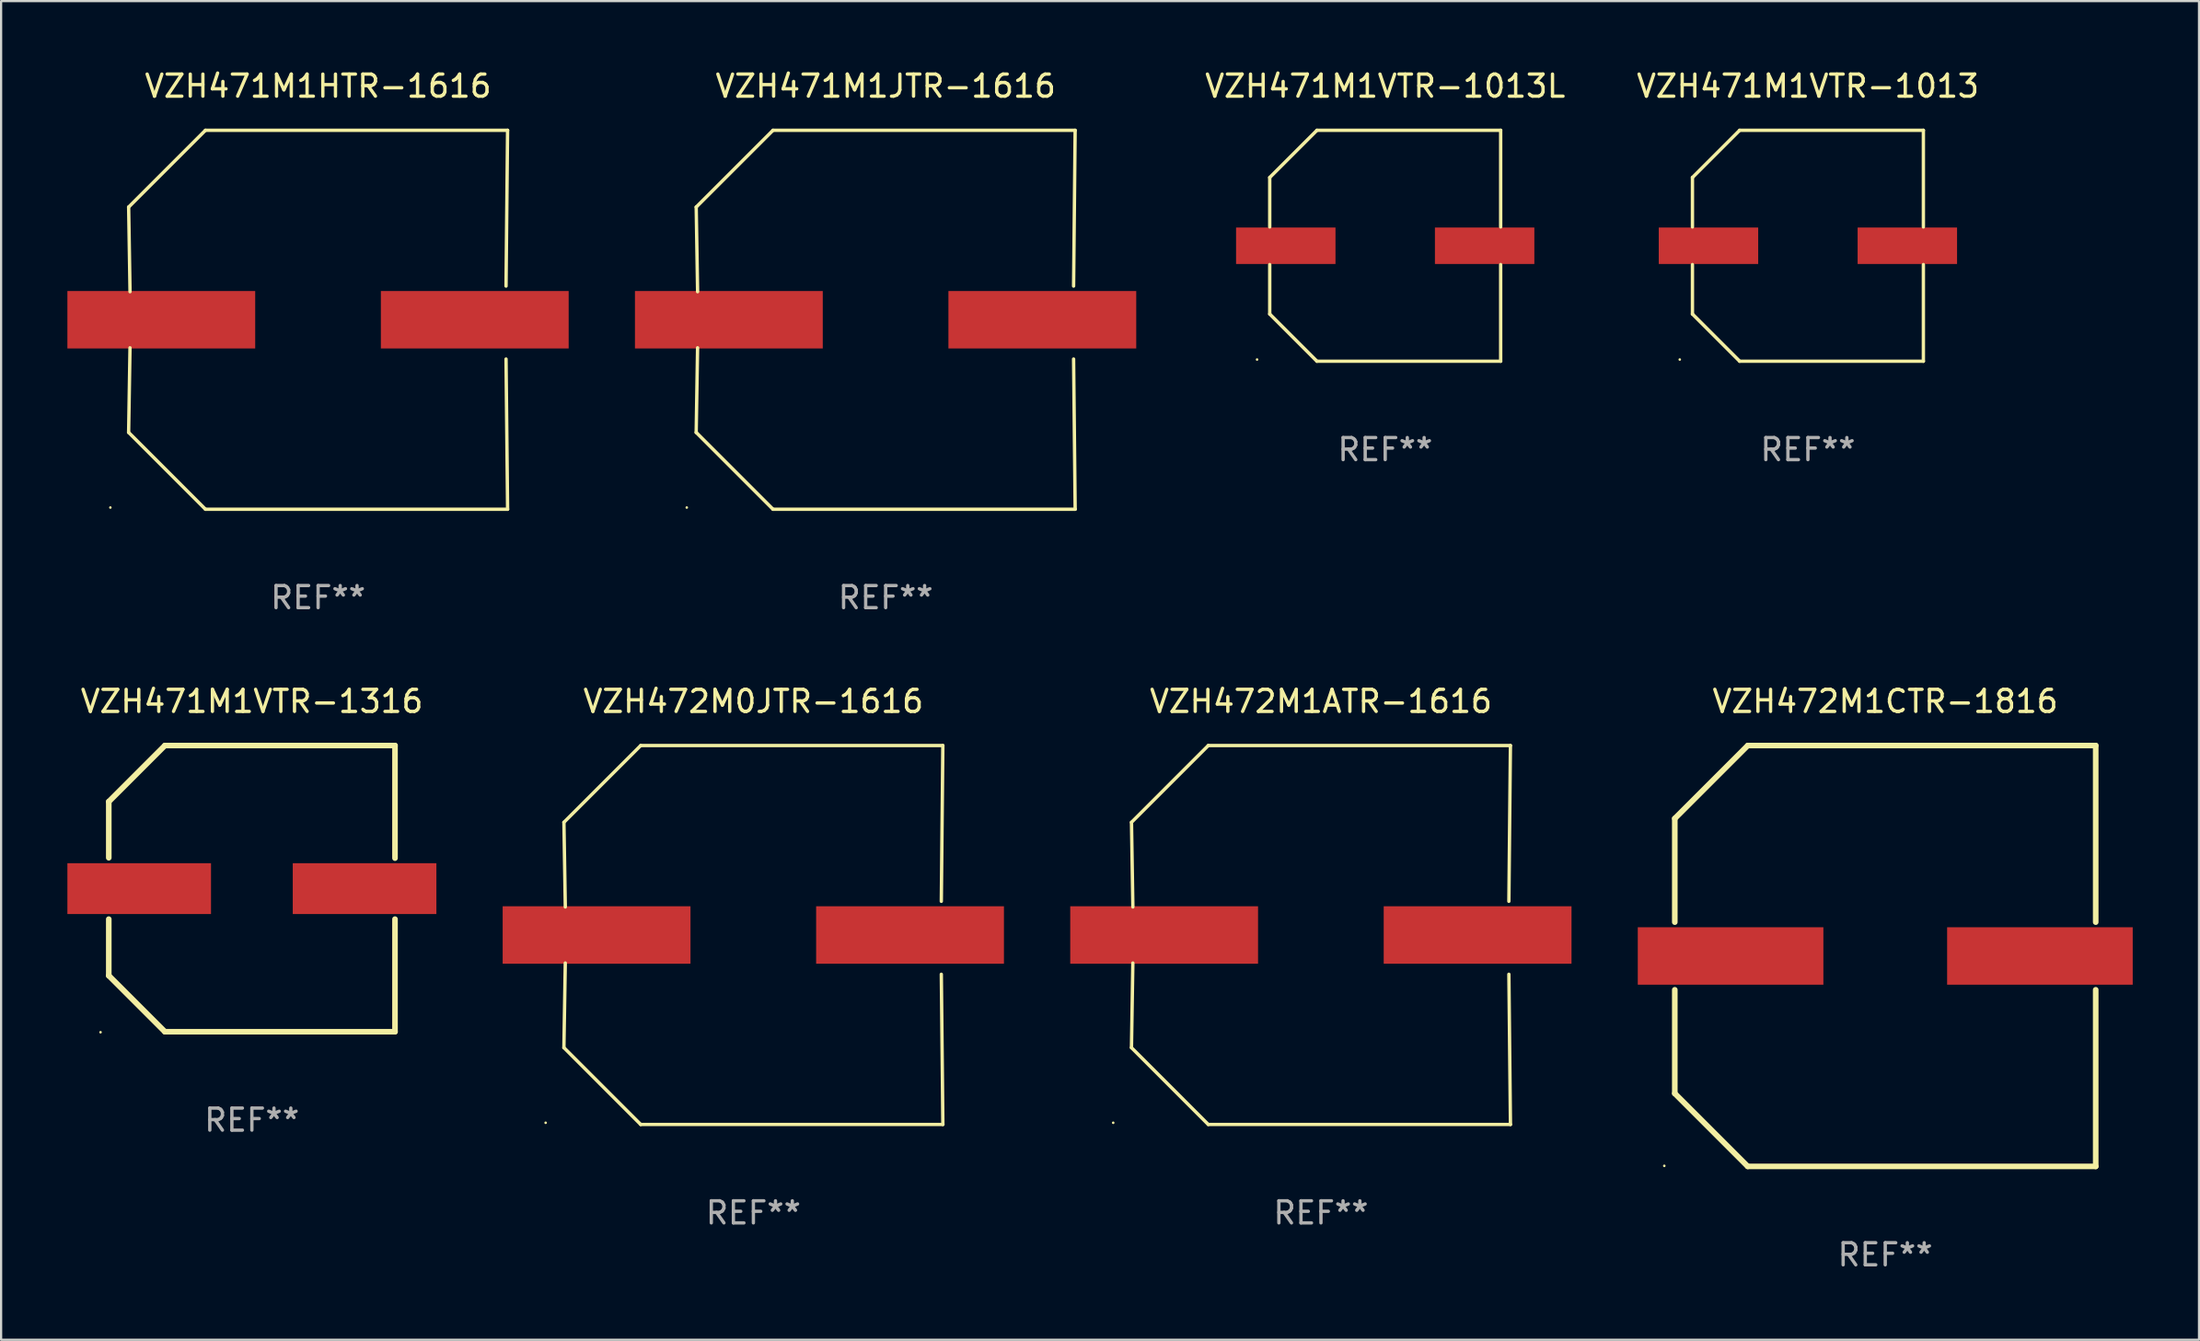
<source format=kicad_pcb>
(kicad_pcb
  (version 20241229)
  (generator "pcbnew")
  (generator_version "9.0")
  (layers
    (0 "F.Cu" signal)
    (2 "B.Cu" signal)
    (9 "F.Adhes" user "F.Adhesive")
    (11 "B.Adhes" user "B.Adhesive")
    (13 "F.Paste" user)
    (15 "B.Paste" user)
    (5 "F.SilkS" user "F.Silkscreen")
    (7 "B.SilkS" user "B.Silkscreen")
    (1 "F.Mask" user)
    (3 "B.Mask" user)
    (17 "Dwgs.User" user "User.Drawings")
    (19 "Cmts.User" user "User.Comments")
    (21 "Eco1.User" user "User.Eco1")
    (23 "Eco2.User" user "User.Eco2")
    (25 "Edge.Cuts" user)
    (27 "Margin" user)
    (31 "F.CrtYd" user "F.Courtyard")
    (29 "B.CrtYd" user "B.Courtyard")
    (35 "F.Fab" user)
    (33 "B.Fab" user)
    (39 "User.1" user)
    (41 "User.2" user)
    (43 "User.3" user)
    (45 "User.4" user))
  (footprint "VZH472M0JTR-1616"
    (layer "F.Cu")
    (at 31.047 39.272)
    (property "Reference" "VZH472M0JTR-1616" (at 0 -10.576 0) (layer "F.SilkS") (effects (font (size 1 1) (thickness 0.15))))
    (attr through_hole)
    (fp_line (start -8.576 5.099) (end -8.513 1.269) (stroke (width 0.152) (type solid)) (layer "F.SilkS"))
    (fp_line (start -8.575 -5.101) (end -8.512 -1.271) (stroke (width 0.152) (type solid)) (layer "F.SilkS"))
    (fp_line (start -5.1 -8.576) (end -8.575 -5.101) (stroke (width 0.152) (type solid)) (layer "F.SilkS"))
    (fp_line (start -5.1 8.576) (end -8.576 5.099) (stroke (width 0.152) (type solid)) (layer "F.SilkS"))
    (fp_line (start 8.505 -1.525) (end 8.575 -8.576) (stroke (width 0.152) (type solid)) (layer "F.SilkS"))
    (fp_line (start 8.505 1.777) (end 8.576 8.576) (stroke (width 0.152) (type solid)) (layer "F.SilkS"))
    (fp_line (start 8.575 -8.576) (end -5.1 -8.576) (stroke (width 0.152) (type solid)) (layer "F.SilkS"))
    (fp_line (start 8.576 8.576) (end -5.1 8.576) (stroke (width 0.152) (type solid)) (layer "F.SilkS"))
    (fp_circle (center -9.402 8.499) (end -9.372 8.499) (stroke (width 0.06) (type solid)) (fill no) (layer "F.SilkS"))
    (fp_text user "REF**" (at 0 12.576 0) (layer "F.Fab") (effects (font (size 1 1) (thickness 0.15))))
    (pad "1" smd rect (at -7.097 -0.001) (size 8.5 2.6) (layers "F.Cu" "F.Mask" "F.Paste"))
    (pad "2" smd rect (at 7.09 -0.001) (size 8.5 2.6) (layers "F.Cu" "F.Mask" "F.Paste")))
  (footprint "VZH472M1ATR-1616"
    (layer "F.Cu")
    (at 56.734 39.272)
    (property "Reference" "VZH472M1ATR-1616" (at 0 -10.576 0) (layer "F.SilkS") (effects (font (size 1 1) (thickness 0.15))))
    (attr through_hole)
    (fp_line (start -8.576 5.099) (end -8.513 1.269) (stroke (width 0.152) (type solid)) (layer "F.SilkS"))
    (fp_line (start -8.575 -5.101) (end -8.512 -1.271) (stroke (width 0.152) (type solid)) (layer "F.SilkS"))
    (fp_line (start -5.1 -8.576) (end -8.575 -5.101) (stroke (width 0.152) (type solid)) (layer "F.SilkS"))
    (fp_line (start -5.1 8.576) (end -8.576 5.099) (stroke (width 0.152) (type solid)) (layer "F.SilkS"))
    (fp_line (start 8.505 -1.525) (end 8.575 -8.576) (stroke (width 0.152) (type solid)) (layer "F.SilkS"))
    (fp_line (start 8.505 1.777) (end 8.576 8.576) (stroke (width 0.152) (type solid)) (layer "F.SilkS"))
    (fp_line (start 8.575 -8.576) (end -5.1 -8.576) (stroke (width 0.152) (type solid)) (layer "F.SilkS"))
    (fp_line (start 8.576 8.576) (end -5.1 8.576) (stroke (width 0.152) (type solid)) (layer "F.SilkS"))
    (fp_circle (center -9.402 8.499) (end -9.372 8.499) (stroke (width 0.06) (type solid)) (fill no) (layer "F.SilkS"))
    (fp_text user "REF**" (at 0 12.576 0) (layer "F.Fab") (effects (font (size 1 1) (thickness 0.15))))
    (pad "1" smd rect (at -7.097 -0.001) (size 8.5 2.6) (layers "F.Cu" "F.Mask" "F.Paste"))
    (pad "2" smd rect (at 7.09 -0.001) (size 8.5 2.6) (layers "F.Cu" "F.Mask" "F.Paste")))
  (footprint "VZH472M1CTR-1816"
    (layer "F.Cu")
    (at 82.273 40.221)
    (property "Reference" "VZH472M1CTR-1816" (at 0 -11.525 0) (layer "F.SilkS") (effects (font (size 1 1) (thickness 0.15))))
    (attr through_hole)
    (fp_line (start -9.525 -6.223) (end -9.525 -1.531) (stroke (width 0.254) (type solid)) (layer "F.SilkS"))
    (fp_line (start -9.525 1.531) (end -9.525 6.223) (stroke (width 0.254) (type solid)) (layer "F.SilkS"))
    (fp_line (start -9.525 6.223) (end -6.223 9.525) (stroke (width 0.254) (type solid)) (layer "F.SilkS"))
    (fp_line (start -6.223 -9.525) (end -9.525 -6.223) (stroke (width 0.254) (type solid)) (layer "F.SilkS"))
    (fp_line (start -6.223 9.525) (end 9.525 9.525) (stroke (width 0.254) (type solid)) (layer "F.SilkS"))
    (fp_line (start 9.525 -9.525) (end -6.223 -9.525) (stroke (width 0.254) (type solid)) (layer "F.SilkS"))
    (fp_line (start 9.525 -1.531) (end 9.525 -9.525) (stroke (width 0.254) (type solid)) (layer "F.SilkS"))
    (fp_line (start 9.525 9.525) (end 9.525 1.531) (stroke (width 0.254) (type solid)) (layer "F.SilkS"))
    (fp_circle (center -10 9.5) (end -9.97 9.5) (stroke (width 0.06) (type solid)) (fill no) (layer "F.SilkS"))
    (fp_text user "REF**" (at 0 13.525 0) (layer "F.Fab") (effects (font (size 1 1) (thickness 0.15))))
    (pad "1" smd rect (at -7 0) (size 8.4 2.6) (layers "F.Cu" "F.Mask" "F.Paste"))
    (pad "2" smd rect (at 7 0) (size 8.4 2.6) (layers "F.Cu" "F.Mask" "F.Paste")))
  (footprint "VZH471M1JTR-1616"
    (layer "F.Cu")
    (at 37.034 11.424)
    (property "Reference" "VZH471M1JTR-1616" (at 0 -10.576 0) (layer "F.SilkS") (effects (font (size 1 1) (thickness 0.15))))
    (attr through_hole)
    (fp_line (start -8.576 5.099) (end -8.513 1.269) (stroke (width 0.152) (type solid)) (layer "F.SilkS"))
    (fp_line (start -8.575 -5.101) (end -8.512 -1.271) (stroke (width 0.152) (type solid)) (layer "F.SilkS"))
    (fp_line (start -5.1 -8.576) (end -8.575 -5.101) (stroke (width 0.152) (type solid)) (layer "F.SilkS"))
    (fp_line (start -5.1 8.576) (end -8.576 5.099) (stroke (width 0.152) (type solid)) (layer "F.SilkS"))
    (fp_line (start 8.505 -1.525) (end 8.575 -8.576) (stroke (width 0.152) (type solid)) (layer "F.SilkS"))
    (fp_line (start 8.505 1.777) (end 8.576 8.576) (stroke (width 0.152) (type solid)) (layer "F.SilkS"))
    (fp_line (start 8.575 -8.576) (end -5.1 -8.576) (stroke (width 0.152) (type solid)) (layer "F.SilkS"))
    (fp_line (start 8.576 8.576) (end -5.1 8.576) (stroke (width 0.152) (type solid)) (layer "F.SilkS"))
    (fp_circle (center -9.002 8.499) (end -8.972 8.499) (stroke (width 0.06) (type solid)) (fill no) (layer "F.SilkS"))
    (fp_text user "REF**" (at 0 12.576 0) (layer "F.Fab") (effects (font (size 1 1) (thickness 0.15))))
    (pad "1" smd rect (at -7.097 -0.001) (size 8.5 2.6) (layers "F.Cu" "F.Mask" "F.Paste"))
    (pad "2" smd rect (at 7.09 -0.001) (size 8.5 2.6) (layers "F.Cu" "F.Mask" "F.Paste")))
  (footprint "VZH471M1VTR-1013"
    (layer "F.Cu")
    (at 78.773 8.074)
    (property "Reference" "VZH471M1VTR-1013" (at 0 -7.226 0) (layer "F.SilkS") (effects (font (size 1 1) (thickness 0.15))))
    (attr through_hole)
    (fp_line (start -5.226 -3.09) (end -5.226 -0.852) (stroke (width 0.152) (type solid)) (layer "F.SilkS"))
    (fp_line (start -5.226 3.09) (end -5.226 0.852) (stroke (width 0.152) (type solid)) (layer "F.SilkS"))
    (fp_line (start -3.09 -5.226) (end -5.226 -3.09) (stroke (width 0.152) (type solid)) (layer "F.SilkS"))
    (fp_line (start -3.09 5.226) (end -5.226 3.09) (stroke (width 0.152) (type solid)) (layer "F.SilkS"))
    (fp_line (start 5.226 -5.226) (end -3.09 -5.226) (stroke (width 0.152) (type solid)) (layer "F.SilkS"))
    (fp_line (start 5.226 -0.852) (end 5.226 -5.226) (stroke (width 0.152) (type solid)) (layer "F.SilkS"))
    (fp_line (start 5.226 0.852) (end 5.226 5.226) (stroke (width 0.152) (type solid)) (layer "F.SilkS"))
    (fp_line (start 5.226 5.226) (end -3.09 5.226) (stroke (width 0.152) (type solid)) (layer "F.SilkS"))
    (fp_circle (center -5.8 5.15) (end -5.77 5.15) (stroke (width 0.06) (type solid)) (fill no) (layer "F.SilkS"))
    (fp_text user "REF**" (at 0 9.226 0) (layer "F.Fab") (effects (font (size 1 1) (thickness 0.15))))
    (pad "1" smd rect (at -4.5 0) (size 4.5 1.65) (layers "F.Cu" "F.Mask" "F.Paste"))
    (pad "2" smd rect (at 4.5 0) (size 4.5 1.65) (layers "F.Cu" "F.Mask" "F.Paste")))
  (footprint "VZH471M1HTR-1616"
    (layer "F.Cu")
    (at 11.347 11.424)
    (property "Reference" "VZH471M1HTR-1616" (at 0 -10.576 0) (layer "F.SilkS") (effects (font (size 1 1) (thickness 0.15))))
    (attr through_hole)
    (fp_line (start -8.576 5.099) (end -8.513 1.269) (stroke (width 0.152) (type solid)) (layer "F.SilkS"))
    (fp_line (start -8.575 -5.101) (end -8.512 -1.271) (stroke (width 0.152) (type solid)) (layer "F.SilkS"))
    (fp_line (start -5.1 -8.576) (end -8.575 -5.101) (stroke (width 0.152) (type solid)) (layer "F.SilkS"))
    (fp_line (start -5.1 8.576) (end -8.576 5.099) (stroke (width 0.152) (type solid)) (layer "F.SilkS"))
    (fp_line (start 8.505 -1.525) (end 8.575 -8.576) (stroke (width 0.152) (type solid)) (layer "F.SilkS"))
    (fp_line (start 8.505 1.777) (end 8.576 8.576) (stroke (width 0.152) (type solid)) (layer "F.SilkS"))
    (fp_line (start 8.575 -8.576) (end -5.1 -8.576) (stroke (width 0.152) (type solid)) (layer "F.SilkS"))
    (fp_line (start 8.576 8.576) (end -5.1 8.576) (stroke (width 0.152) (type solid)) (layer "F.SilkS"))
    (fp_circle (center -9.402 8.499) (end -9.372 8.499) (stroke (width 0.06) (type solid)) (fill no) (layer "F.SilkS"))
    (fp_text user "REF**" (at 0 12.576 0) (layer "F.Fab") (effects (font (size 1 1) (thickness 0.15))))
    (pad "1" smd rect (at -7.097 -0.001) (size 8.5 2.6) (layers "F.Cu" "F.Mask" "F.Paste"))
    (pad "2" smd rect (at 7.09 -0.001) (size 8.5 2.6) (layers "F.Cu" "F.Mask" "F.Paste")))
  (footprint "VZH471M1VTR-1013L"
    (layer "F.Cu")
    (at 59.642 8.074)
    (property "Reference" "VZH471M1VTR-1013L" (at 0 -7.226 0) (layer "F.SilkS") (effects (font (size 1 1) (thickness 0.15))))
    (attr through_hole)
    (fp_line (start -5.226 -3.09) (end -5.226 -0.852) (stroke (width 0.152) (type solid)) (layer "F.SilkS"))
    (fp_line (start -5.226 3.09) (end -5.226 0.852) (stroke (width 0.152) (type solid)) (layer "F.SilkS"))
    (fp_line (start -3.09 -5.226) (end -5.226 -3.09) (stroke (width 0.152) (type solid)) (layer "F.SilkS"))
    (fp_line (start -3.09 5.226) (end -5.226 3.09) (stroke (width 0.152) (type solid)) (layer "F.SilkS"))
    (fp_line (start 5.226 -5.226) (end -3.09 -5.226) (stroke (width 0.152) (type solid)) (layer "F.SilkS"))
    (fp_line (start 5.226 -0.852) (end 5.226 -5.226) (stroke (width 0.152) (type solid)) (layer "F.SilkS"))
    (fp_line (start 5.226 0.852) (end 5.226 5.226) (stroke (width 0.152) (type solid)) (layer "F.SilkS"))
    (fp_line (start 5.226 5.226) (end -3.09 5.226) (stroke (width 0.152) (type solid)) (layer "F.SilkS"))
    (fp_circle (center -5.8 5.15) (end -5.77 5.15) (stroke (width 0.06) (type solid)) (fill no) (layer "F.SilkS"))
    (fp_text user "REF**" (at 0 9.226 0) (layer "F.Fab") (effects (font (size 1 1) (thickness 0.15))))
    (pad "1" smd rect (at -4.5 0) (size 4.5 1.65) (layers "F.Cu" "F.Mask" "F.Paste"))
    (pad "2" smd rect (at 4.5 0) (size 4.5 1.65) (layers "F.Cu" "F.Mask" "F.Paste")))
  (footprint "VZH471M1VTR-1316"
    (layer "F.Cu")
    (at 8.35 37.173)
    (property "Reference" "VZH471M1VTR-1316" (at 0 -8.477 0) (layer "F.SilkS") (effects (font (size 1 1) (thickness 0.15))))
    (attr through_hole)
    (fp_line (start -6.477 -3.937) (end -6.477 -1.397) (stroke (width 0.254) (type solid)) (layer "F.SilkS"))
    (fp_line (start -6.477 1.381) (end -6.477 3.937) (stroke (width 0.254) (type solid)) (layer "F.SilkS"))
    (fp_line (start -6.477 3.937) (end -3.937 6.477) (stroke (width 0.254) (type solid)) (layer "F.SilkS"))
    (fp_line (start -3.937 -6.477) (end -6.477 -3.937) (stroke (width 0.254) (type solid)) (layer "F.SilkS"))
    (fp_line (start -3.937 6.477) (end 6.477 6.477) (stroke (width 0.254) (type solid)) (layer "F.SilkS"))
    (fp_line (start 6.477 -6.477) (end -3.937 -6.477) (stroke (width 0.254) (type solid)) (layer "F.SilkS"))
    (fp_line (start 6.477 -1.381) (end 6.477 -6.477) (stroke (width 0.254) (type solid)) (layer "F.SilkS"))
    (fp_line (start 6.477 6.477) (end 6.477 1.381) (stroke (width 0.254) (type solid)) (layer "F.SilkS"))
    (fp_circle (center -6.85 6.5) (end -6.82 6.5) (stroke (width 0.06) (type solid)) (fill no) (layer "F.SilkS"))
    (fp_text user "REF**" (at 0 10.477 0) (layer "F.Fab") (effects (font (size 1 1) (thickness 0.15))))
    (pad "1" smd rect (at -5.1 0) (size 6.5 2.3) (layers "F.Cu" "F.Mask" "F.Paste"))
    (pad "2" smd rect (at 5.1 0) (size 6.5 2.3) (layers "F.Cu" "F.Mask" "F.Paste")))
  (gr_rect
    (start -3 -3)
    (end 96.473 57.594)
    (stroke (width 0.1) (type default))
    (fill no)
    (layer "Edge.Cuts")))
</source>
